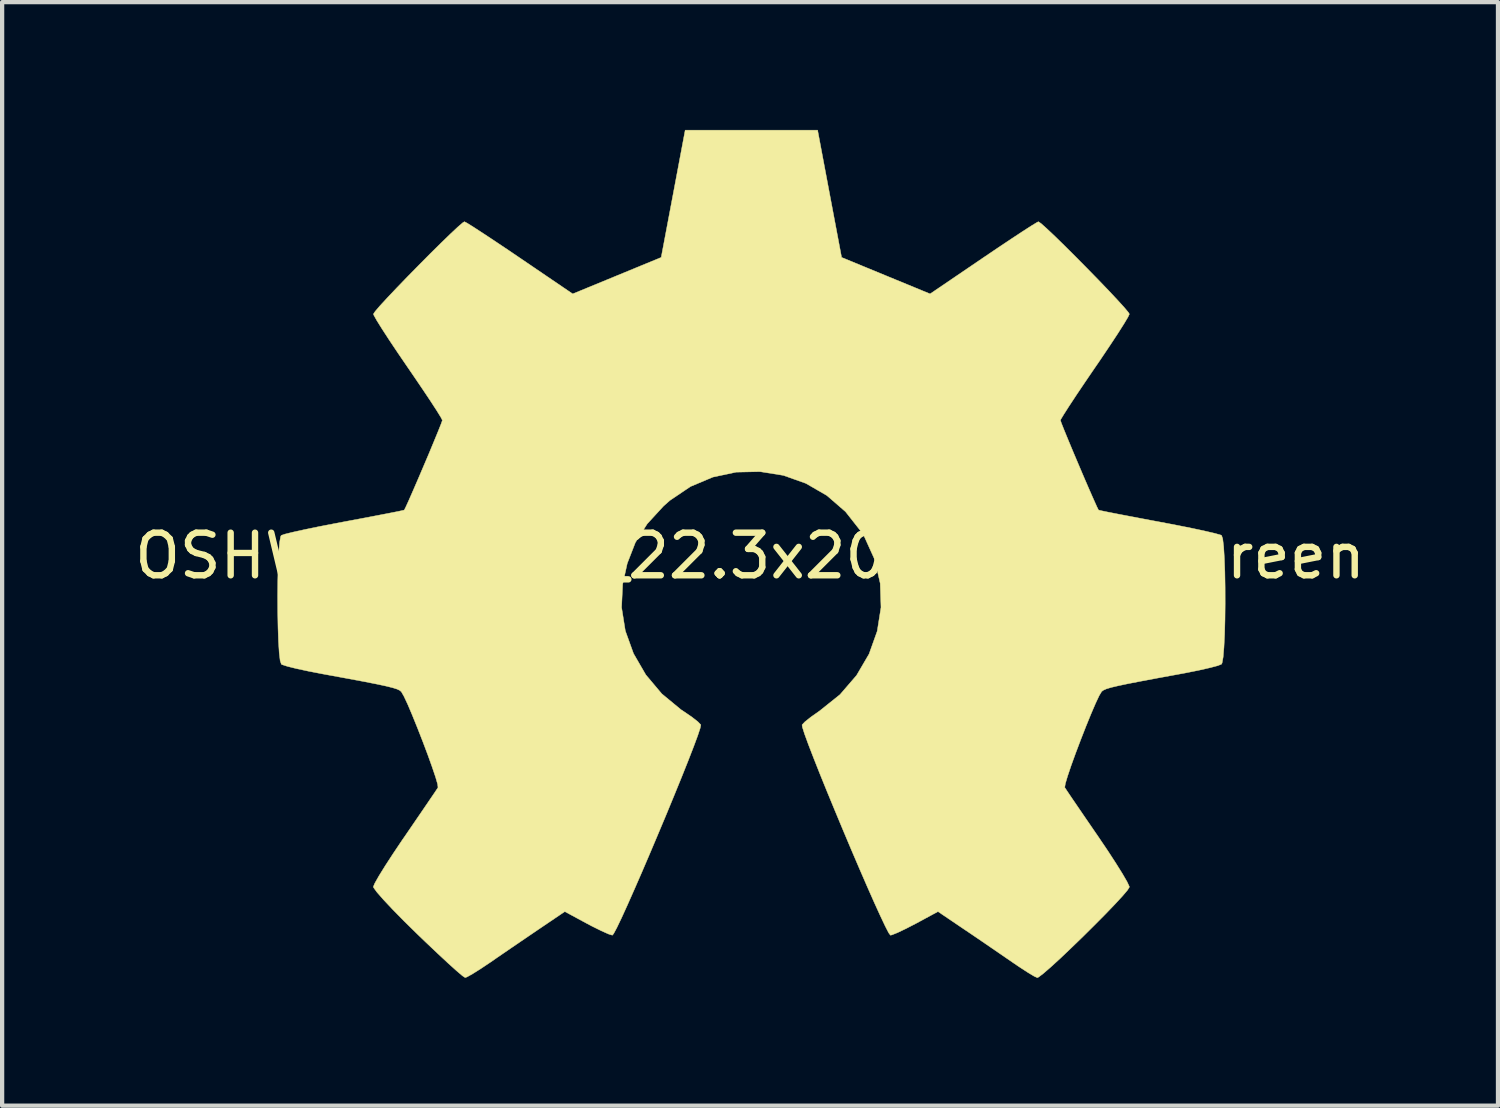
<source format=kicad_pcb>
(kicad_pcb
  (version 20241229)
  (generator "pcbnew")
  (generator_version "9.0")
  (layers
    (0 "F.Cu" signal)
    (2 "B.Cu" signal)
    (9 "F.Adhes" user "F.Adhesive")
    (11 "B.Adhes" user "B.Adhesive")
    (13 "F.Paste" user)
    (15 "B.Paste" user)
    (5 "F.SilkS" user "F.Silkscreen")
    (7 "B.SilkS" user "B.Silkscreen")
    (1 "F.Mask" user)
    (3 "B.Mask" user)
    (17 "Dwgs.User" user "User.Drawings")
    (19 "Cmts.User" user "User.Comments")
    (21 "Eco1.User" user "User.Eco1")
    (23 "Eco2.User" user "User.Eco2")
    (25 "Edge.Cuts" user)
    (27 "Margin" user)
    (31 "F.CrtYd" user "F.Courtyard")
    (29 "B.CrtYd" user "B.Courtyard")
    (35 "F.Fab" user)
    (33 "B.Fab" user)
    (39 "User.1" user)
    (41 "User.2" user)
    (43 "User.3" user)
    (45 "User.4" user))
  (footprint "OSHW-Symbol_22.3x20mm_SilkScreen"
    (layer "F.Cu")
    (at 14.554 9.997)
    (property "Reference" "OSHW-Symbol_22.3x20mm_SilkScreen" (at 0 0 0) (layer "F.SilkS") (effects (font (size 1 1) (thickness 0.15))))
    (attr board_only exclude_from_pos_files exclude_from_bom allow_missing_courtyard)
    (fp_poly (pts (xy 1.866 -8.499) (xy 2.148 -7.006) (xy 3.186 -6.578) (xy 4.225 -6.15) (xy 5.471 -6.997) (xy 5.82 -7.233) (xy 6.135 -7.443) (xy 6.402 -7.619) (xy 6.606 -7.75) (xy 6.733 -7.827) (xy 6.767 -7.844) (xy 6.83 -7.801) (xy 6.962 -7.683) (xy 7.151 -7.505) (xy 7.38 -7.281) (xy 7.635 -7.027) (xy 7.901 -6.758) (xy 8.164 -6.489) (xy 8.408 -6.235) (xy 8.618 -6.011) (xy 8.78 -5.833) (xy 8.879 -5.715) (xy 8.902 -5.676) (xy 8.868 -5.603) (xy 8.773 -5.444) (xy 8.627 -5.214) (xy 8.439 -4.929) (xy 8.22 -4.603) (xy 8.093 -4.418) (xy 7.862 -4.079) (xy 7.656 -3.773) (xy 7.487 -3.516) (xy 7.363 -3.322) (xy 7.294 -3.207) (xy 7.284 -3.182) (xy 7.307 -3.114) (xy 7.371 -2.953) (xy 7.465 -2.724) (xy 7.58 -2.448) (xy 7.707 -2.148) (xy 7.835 -1.847) (xy 7.956 -1.567) (xy 8.06 -1.331) (xy 8.136 -1.161) (xy 8.176 -1.08) (xy 8.179 -1.076) (xy 8.242 -1.061) (xy 8.41 -1.026) (xy 8.666 -0.976) (xy 8.992 -0.914) (xy 9.371 -0.842) (xy 9.591 -0.801) (xy 9.996 -0.724) (xy 10.362 -0.651) (xy 10.669 -0.585) (xy 10.901 -0.531) (xy 11.038 -0.493) (xy 11.066 -0.481) (xy 11.093 -0.4) (xy 11.115 -0.215) (xy 11.131 0.051) (xy 11.143 0.376) (xy 11.149 0.74) (xy 11.15 1.12) (xy 11.146 1.495) (xy 11.137 1.843) (xy 11.122 2.143) (xy 11.103 2.373) (xy 11.078 2.512) (xy 11.064 2.541) (xy 10.976 2.576) (xy 10.79 2.625) (xy 10.531 2.684) (xy 10.222 2.746) (xy 10.114 2.766) (xy 9.595 2.861) (xy 9.185 2.938) (xy 8.87 2.999) (xy 8.638 3.048) (xy 8.473 3.087) (xy 8.364 3.12) (xy 8.296 3.15) (xy 8.256 3.179) (xy 8.25 3.185) (xy 8.194 3.278) (xy 8.108 3.461) (xy 8.001 3.71) (xy 7.882 4.002) (xy 7.759 4.317) (xy 7.64 4.631) (xy 7.535 4.921) (xy 7.452 5.167) (xy 7.399 5.345) (xy 7.385 5.432) (xy 7.386 5.435) (xy 7.433 5.507) (xy 7.539 5.665) (xy 7.694 5.892) (xy 7.886 6.173) (xy 8.104 6.491) (xy 8.166 6.581) (xy 8.387 6.908) (xy 8.581 7.206) (xy 8.739 7.459) (xy 8.849 7.649) (xy 8.9 7.759) (xy 8.902 7.772) (xy 8.859 7.843) (xy 8.74 7.983) (xy 8.56 8.178) (xy 8.335 8.412) (xy 8.079 8.67) (xy 7.809 8.938) (xy 7.539 9.199) (xy 7.286 9.44) (xy 7.063 9.644) (xy 6.887 9.797) (xy 6.773 9.884) (xy 6.741 9.899) (xy 6.667 9.865) (xy 6.517 9.775) (xy 6.314 9.643) (xy 6.158 9.537) (xy 5.874 9.342) (xy 5.539 9.112) (xy 5.203 8.883) (xy 5.022 8.761) (xy 4.41 8.347) (xy 3.896 8.625) (xy 3.662 8.746) (xy 3.463 8.841) (xy 3.329 8.895) (xy 3.294 8.902) (xy 3.253 8.847) (xy 3.172 8.69) (xy 3.057 8.447) (xy 2.913 8.131) (xy 2.748 7.758) (xy 2.567 7.341) (xy 2.376 6.895) (xy 2.182 6.435) (xy 1.99 5.974) (xy 1.806 5.528) (xy 1.637 5.111) (xy 1.489 4.737) (xy 1.367 4.421) (xy 1.278 4.177) (xy 1.228 4.019) (xy 1.22 3.965) (xy 1.284 3.896) (xy 1.424 3.784) (xy 1.611 3.652) (xy 1.626 3.642) (xy 2.11 3.255) (xy 2.499 2.804) (xy 2.792 2.303) (xy 2.984 1.766) (xy 3.073 1.208) (xy 3.054 0.643) (xy 2.925 0.086) (xy 2.683 -0.449) (xy 2.611 -0.566) (xy 2.24 -1.038) (xy 1.801 -1.418) (xy 1.31 -1.702) (xy 0.782 -1.89) (xy 0.232 -1.978) (xy -0.325 -1.966) (xy -0.872 -1.85) (xy -1.397 -1.629) (xy -1.882 -1.302) (xy -2.032 -1.169) (xy -2.414 -0.753) (xy -2.692 -0.315) (xy -2.883 0.176) (xy -2.99 0.662) (xy -3.016 1.208) (xy -2.928 1.758) (xy -2.736 2.291) (xy -2.447 2.79) (xy -2.072 3.236) (xy -1.618 3.611) (xy -1.558 3.65) (xy -1.369 3.779) (xy -1.226 3.891) (xy -1.157 3.963) (xy -1.156 3.965) (xy -1.171 4.042) (xy -1.229 4.218) (xy -1.325 4.477) (xy -1.453 4.806) (xy -1.606 5.19) (xy -1.779 5.614) (xy -1.964 6.063) (xy -2.158 6.525) (xy -2.352 6.984) (xy -2.541 7.425) (xy -2.72 7.835) (xy -2.881 8.198) (xy -3.019 8.501) (xy -3.128 8.728) (xy -3.202 8.866) (xy -3.232 8.902) (xy -3.323 8.874) (xy -3.493 8.798) (xy -3.713 8.689) (xy -3.834 8.625) (xy -4.348 8.347) (xy -4.96 8.761) (xy -5.272 8.973) (xy -5.614 9.206) (xy -5.935 9.426) (xy -6.095 9.537) (xy -6.321 9.688) (xy -6.512 9.808) (xy -6.644 9.882) (xy -6.687 9.897) (xy -6.749 9.856) (xy -6.887 9.739) (xy -7.087 9.559) (xy -7.335 9.328) (xy -7.619 9.059) (xy -7.799 8.886) (xy -8.114 8.577) (xy -8.385 8.301) (xy -8.603 8.069) (xy -8.757 7.893) (xy -8.835 7.786) (xy -8.842 7.764) (xy -8.807 7.681) (xy -8.712 7.513) (xy -8.566 7.277) (xy -8.38 6.991) (xy -8.165 6.67) (xy -8.103 6.581) (xy -7.881 6.256) (xy -7.681 5.964) (xy -7.515 5.72) (xy -7.394 5.542) (xy -7.33 5.445) (xy -7.324 5.435) (xy -7.333 5.358) (xy -7.382 5.189) (xy -7.463 4.95) (xy -7.566 4.663) (xy -7.684 4.35) (xy -7.807 4.035) (xy -7.927 3.739) (xy -8.035 3.484) (xy -8.124 3.294) (xy -8.184 3.19) (xy -8.188 3.185) (xy -8.224 3.155) (xy -8.286 3.126) (xy -8.387 3.094) (xy -8.539 3.056) (xy -8.758 3.009) (xy -9.056 2.95) (xy -9.447 2.877) (xy -9.944 2.786) (xy -10.052 2.766) (xy -10.371 2.704) (xy -10.65 2.644) (xy -10.862 2.591) (xy -10.985 2.551) (xy -11.001 2.541) (xy -11.029 2.458) (xy -11.051 2.273) (xy -11.068 2.006) (xy -11.079 1.68) (xy -11.086 1.316) (xy -11.088 0.936) (xy -11.084 0.561) (xy -11.075 0.213) (xy -11.062 -0.086) (xy -11.042 -0.315) (xy -11.018 -0.453) (xy -11.004 -0.481) (xy -10.922 -0.51) (xy -10.736 -0.556) (xy -10.465 -0.616) (xy -10.127 -0.686) (xy -9.74 -0.761) (xy -9.529 -0.801) (xy -9.129 -0.876) (xy -8.773 -0.944) (xy -8.477 -1.001) (xy -8.259 -1.044) (xy -8.137 -1.071) (xy -8.117 -1.076) (xy -8.083 -1.142) (xy -8.011 -1.3) (xy -7.911 -1.528) (xy -7.792 -1.803) (xy -7.664 -2.103) (xy -7.536 -2.404) (xy -7.419 -2.686) (xy -7.321 -2.924) (xy -7.252 -3.097) (xy -7.222 -3.182) (xy -7.222 -3.185) (xy -7.256 -3.252) (xy -7.351 -3.406) (xy -7.497 -3.631) (xy -7.685 -3.912) (xy -7.904 -4.235) (xy -8.031 -4.42) (xy -8.263 -4.76) (xy -8.469 -5.068) (xy -8.639 -5.33) (xy -8.763 -5.529) (xy -8.83 -5.65) (xy -8.84 -5.677) (xy -8.798 -5.74) (xy -8.682 -5.875) (xy -8.506 -6.066) (xy -8.285 -6.299) (xy -8.035 -6.558) (xy -7.77 -6.828) (xy -7.505 -7.095) (xy -7.255 -7.342) (xy -7.034 -7.556) (xy -6.859 -7.72) (xy -6.743 -7.82) (xy -6.704 -7.844) (xy -6.641 -7.811) (xy -6.489 -7.716) (xy -6.265 -7.57) (xy -5.982 -7.383) (xy -5.655 -7.164) (xy -5.409 -6.997) (xy -4.163 -6.15) (xy -3.124 -6.578) (xy -2.086 -7.006) (xy -1.804 -8.499) (xy -1.523 -9.992) (xy 1.585 -9.992) (xy 1.866 -8.499)) (stroke (width 0.01) (type solid)) (fill yes) (layer "F.SilkS")))
  (gr_rect
    (start -3 -3)
    (end 32.107 22.9)
    (stroke (width 0.1) (type default))
    (fill no)
    (layer "Edge.Cuts")))
</source>
